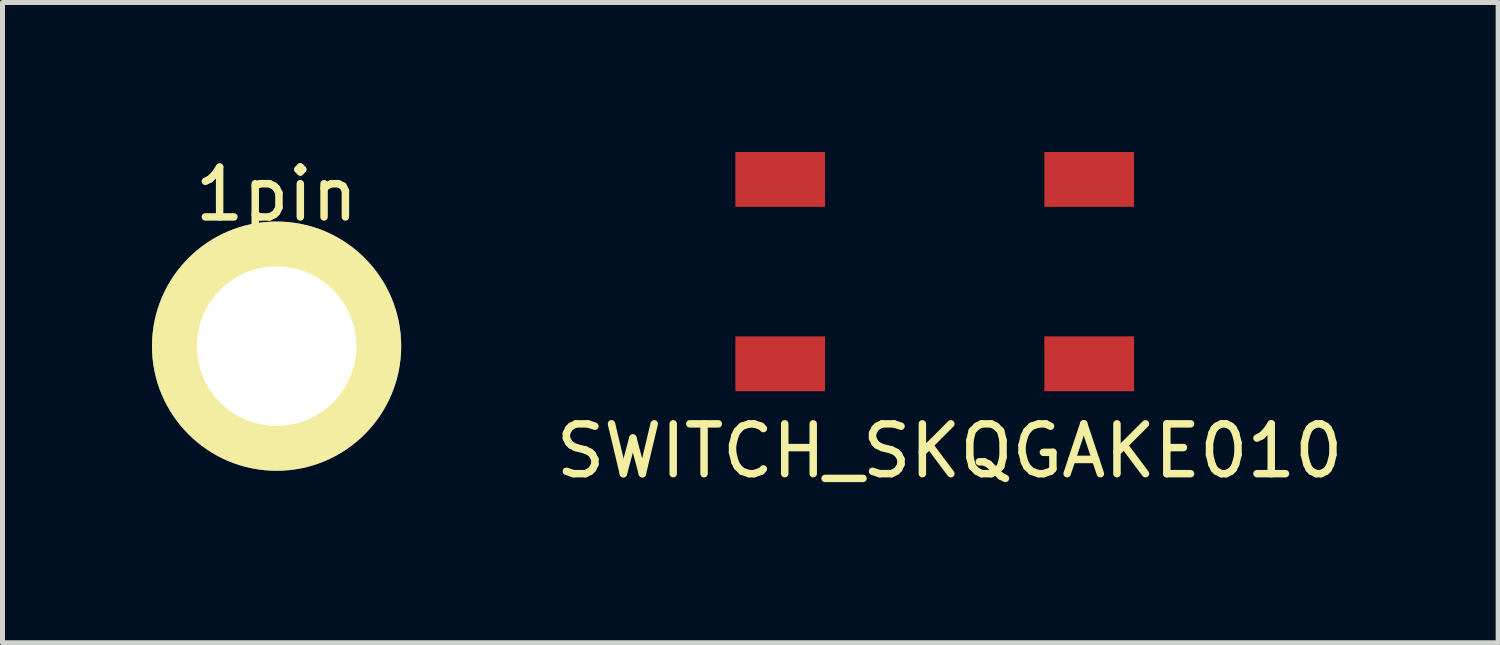
<source format=kicad_pcb>
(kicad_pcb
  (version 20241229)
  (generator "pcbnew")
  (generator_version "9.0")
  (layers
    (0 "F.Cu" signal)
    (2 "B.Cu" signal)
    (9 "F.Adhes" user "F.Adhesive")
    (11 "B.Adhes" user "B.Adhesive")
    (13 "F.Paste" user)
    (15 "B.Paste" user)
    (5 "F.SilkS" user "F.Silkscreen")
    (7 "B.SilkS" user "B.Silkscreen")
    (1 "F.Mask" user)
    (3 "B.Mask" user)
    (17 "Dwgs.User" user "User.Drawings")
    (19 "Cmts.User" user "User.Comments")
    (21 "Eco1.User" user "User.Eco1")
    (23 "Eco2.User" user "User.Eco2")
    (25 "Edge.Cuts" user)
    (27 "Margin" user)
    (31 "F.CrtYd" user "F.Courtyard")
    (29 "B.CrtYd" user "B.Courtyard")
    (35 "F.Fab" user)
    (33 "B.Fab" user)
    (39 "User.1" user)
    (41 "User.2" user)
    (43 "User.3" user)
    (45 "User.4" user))
  (footprint "1pin"
    (layer "F.Cu")
    (at 2.5 3.896)
    (property "Reference" "1pin" (at 0 -3.048 0) (layer "F.SilkS") (effects (font (size 1 1) (thickness 0.15))))
    (attr through_hole)
    (fp_circle (center 0 0) (end 0 -2.286) (stroke (width 0.15) (type solid)) (fill no) (layer "F.SilkS"))
    (pad "1" thru_hole circle (at 0 0) (size 5 5) (drill 3.2) (layers "*.Cu" "*.Mask" "F.SilkS")))
  (footprint "SWITCH_SKQGAKE010"
    (layer "F.Cu")
    (at 15.706 2.4)
    (property "Reference" "SWITCH_SKQGAKE010" (at 0.3 3.6 0) (layer "F.SilkS") (effects (font (size 1 1) (thickness 0.15))))
    (attr through_hole)
    (pad "1" smd rect (at -3.1 -1.85) (size 1.8 1.1) (layers "F.Cu" "F.Mask" "F.Paste"))
    (pad "2" smd rect (at 3.1 -1.85) (size 1.8 1.1) (layers "F.Cu" "F.Mask" "F.Paste"))
    (pad "3" smd rect (at -3.1 1.85) (size 1.8 1.1) (layers "F.Cu" "F.Mask" "F.Paste"))
    (pad "4" smd rect (at 3.1 1.85) (size 1.8 1.1) (layers "F.Cu" "F.Mask" "F.Paste")))
  (gr_rect
    (start -3 -3)
    (end 27.012 9.848)
    (stroke (width 0.1) (type default))
    (fill no)
    (layer "Edge.Cuts")))
</source>
